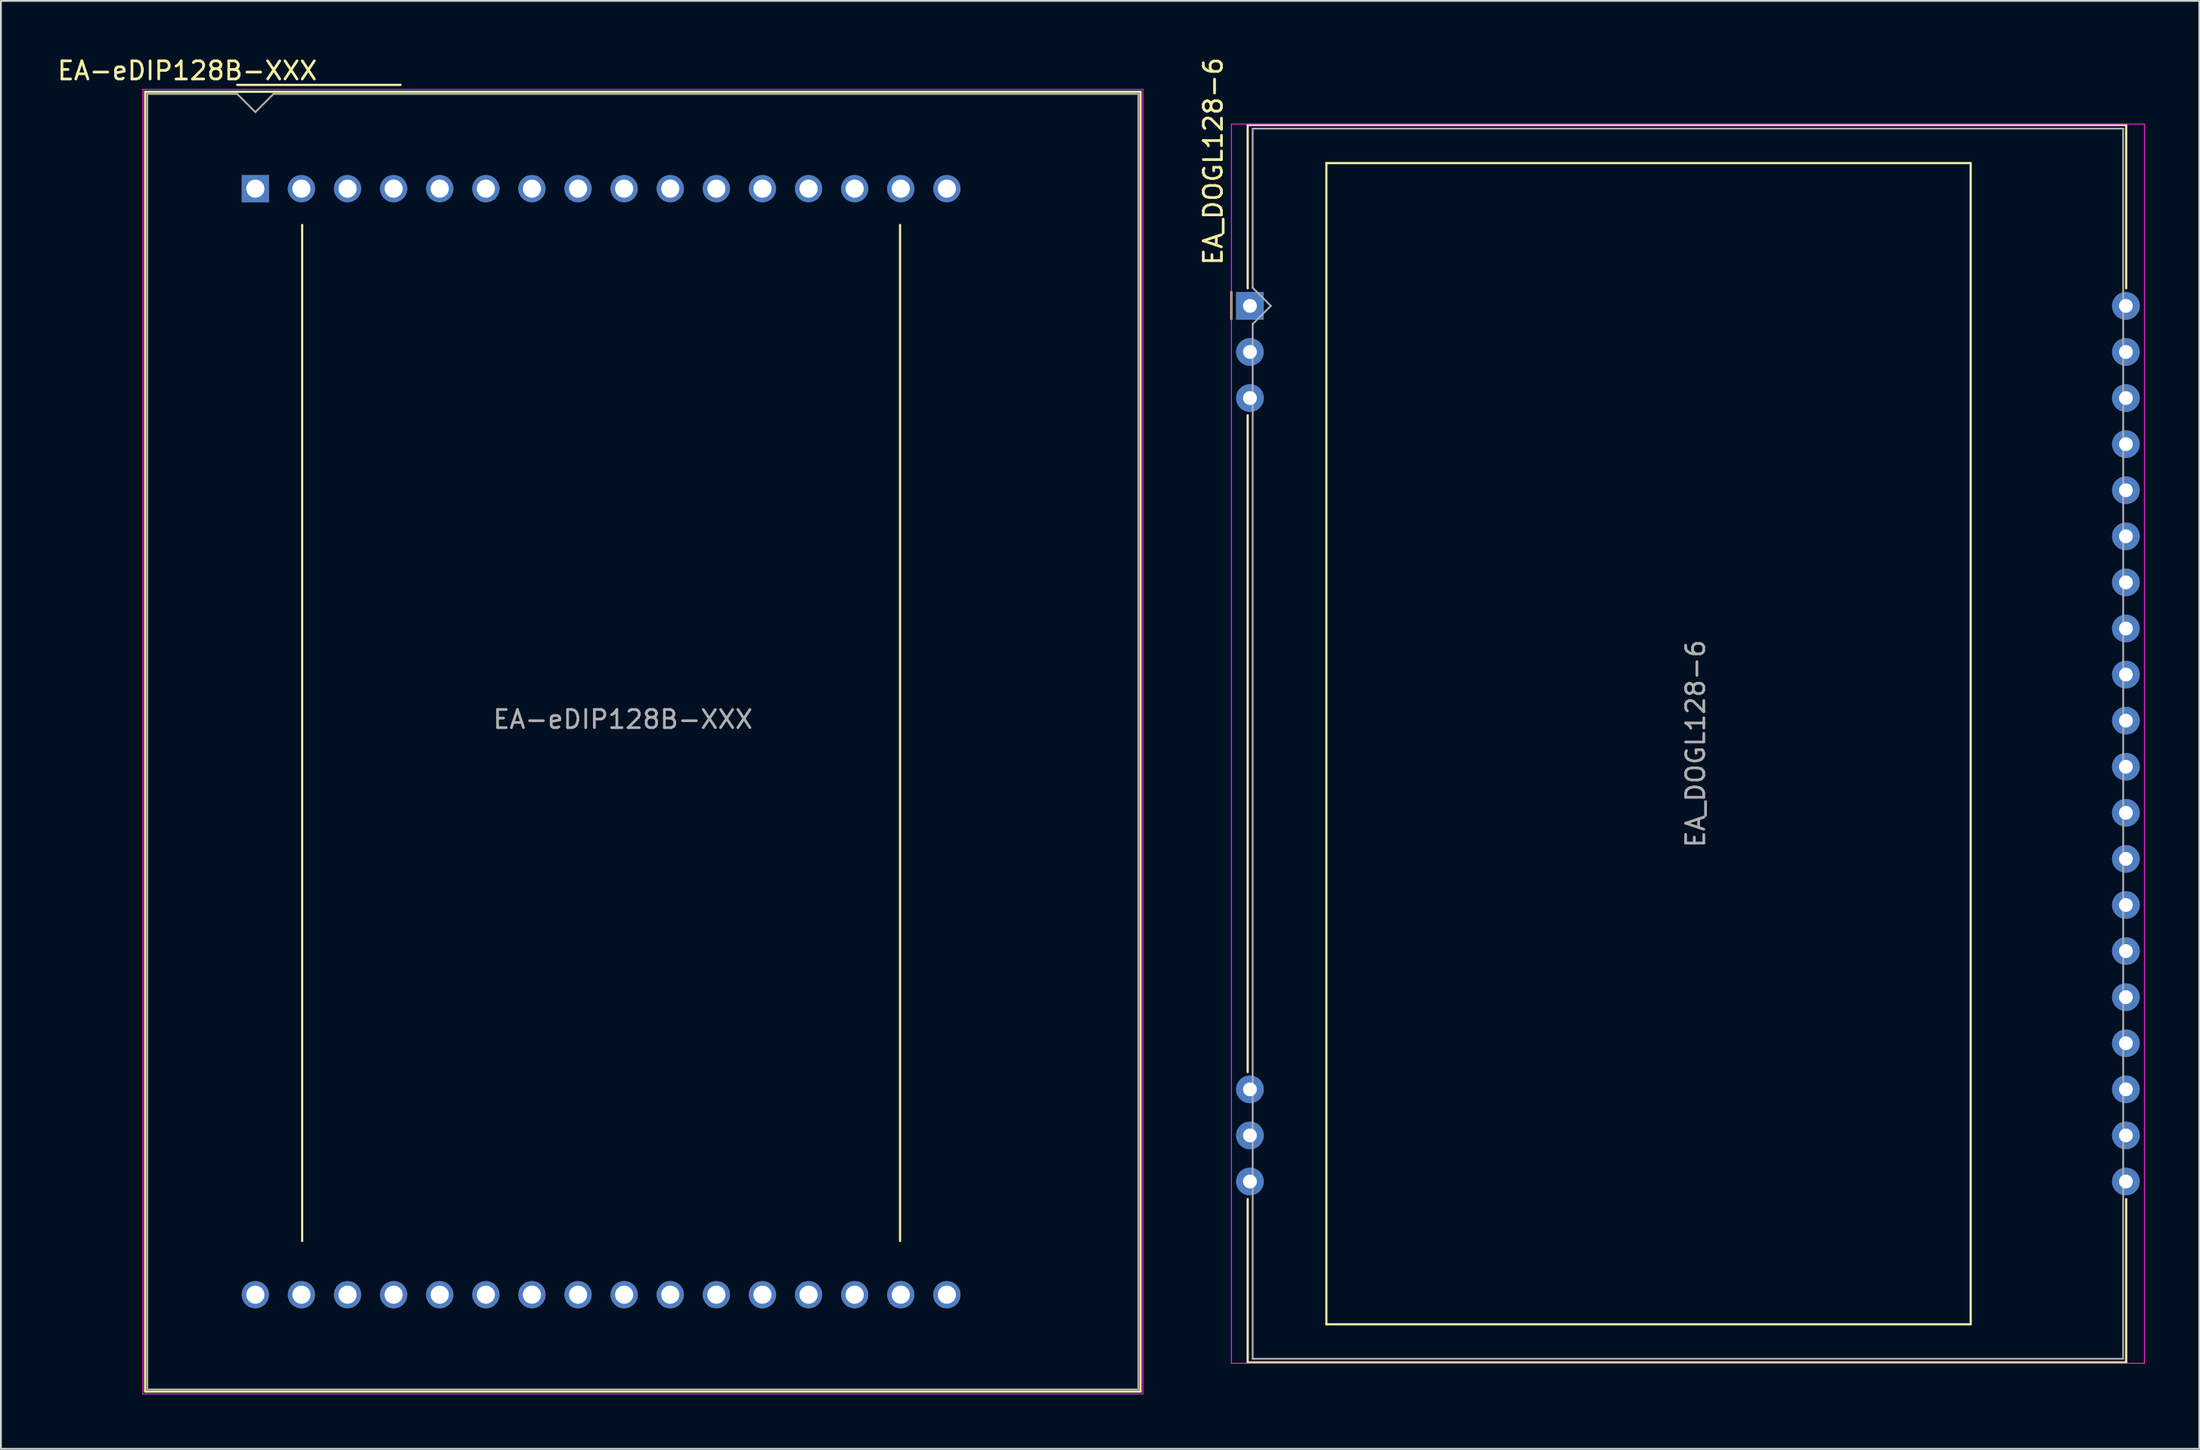
<source format=kicad_pcb>
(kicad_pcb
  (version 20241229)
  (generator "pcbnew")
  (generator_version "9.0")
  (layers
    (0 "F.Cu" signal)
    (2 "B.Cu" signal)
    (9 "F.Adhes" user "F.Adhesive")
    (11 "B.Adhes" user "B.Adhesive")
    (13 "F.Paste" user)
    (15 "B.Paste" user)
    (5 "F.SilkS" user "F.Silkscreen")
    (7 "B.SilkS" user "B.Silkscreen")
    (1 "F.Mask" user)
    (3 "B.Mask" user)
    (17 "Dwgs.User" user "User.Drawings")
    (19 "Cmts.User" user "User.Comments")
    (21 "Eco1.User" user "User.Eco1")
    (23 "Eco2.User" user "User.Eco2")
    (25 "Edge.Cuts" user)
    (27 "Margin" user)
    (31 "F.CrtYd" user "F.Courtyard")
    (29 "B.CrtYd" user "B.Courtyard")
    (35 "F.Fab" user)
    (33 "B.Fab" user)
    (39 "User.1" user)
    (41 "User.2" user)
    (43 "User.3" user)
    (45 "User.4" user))
  (footprint "EA-eDIP128B-XXX"
    (layer "F.Cu")
    (at 11.018 7.348)
    (property "Reference" "EA-eDIP128B-XXX" (at -3.75 -6.5 0) (layer "F.SilkS") (effects (font (size 1 1) (thickness 0.15))))
    (attr through_hole)
    (fp_line (start -6.07 -5.34) (end 48.77 -5.34) (stroke (width 0.12) (type solid)) (layer "F.SilkS"))
    (fp_line (start -6.07 66.3) (end -6.07 -5.34) (stroke (width 0.12) (type solid)) (layer "F.SilkS"))
    (fp_line (start -1 -5.72) (end 8 -5.72) (stroke (width 0.12) (type solid)) (layer "F.SilkS"))
    (fp_line (start 2.58 58) (end 2.58 2) (stroke (width 0.12) (type solid)) (layer "F.SilkS"))
    (fp_line (start 35.52 2) (end 35.52 58) (stroke (width 0.12) (type solid)) (layer "F.SilkS"))
    (fp_line (start 48.77 -5.34) (end 48.77 66.3) (stroke (width 0.12) (type solid)) (layer "F.SilkS"))
    (fp_line (start 48.77 66.3) (end -6.07 66.3) (stroke (width 0.12) (type solid)) (layer "F.SilkS"))
    (fp_line (start -6.2 -5.47) (end 48.9 -5.47) (stroke (width 0.05) (type solid)) (layer "F.CrtYd"))
    (fp_line (start -6.2 66.43) (end -6.2 -5.47) (stroke (width 0.05) (type solid)) (layer "F.CrtYd"))
    (fp_line (start 48.9 -5.47) (end 48.9 66.43) (stroke (width 0.05) (type solid)) (layer "F.CrtYd"))
    (fp_line (start 48.9 66.43) (end -6.2 66.43) (stroke (width 0.05) (type solid)) (layer "F.CrtYd"))
    (fp_line (start -5.95 -5.22) (end -1 -5.22) (stroke (width 0.1) (type solid)) (layer "F.Fab"))
    (fp_line (start -5.95 66.18) (end -5.95 -5.22) (stroke (width 0.1) (type solid)) (layer "F.Fab"))
    (fp_line (start -1 -5.22) (end 0 -4.22) (stroke (width 0.1) (type solid)) (layer "F.Fab"))
    (fp_line (start 0 -4.22) (end 1 -5.22) (stroke (width 0.1) (type solid)) (layer "F.Fab"))
    (fp_line (start 1 -5.22) (end 48.65 -5.22) (stroke (width 0.1) (type solid)) (layer "F.Fab"))
    (fp_line (start 48.65 -5.22) (end 48.65 66.18) (stroke (width 0.1) (type solid)) (layer "F.Fab"))
    (fp_line (start 48.65 66.18) (end -5.95 66.18) (stroke (width 0.1) (type solid)) (layer "F.Fab"))
    (fp_text user "${REFERENCE}" (at 20.25 29.25 0) (layer "F.Fab") (effects (font (size 1 1) (thickness 0.15))))
    (pad "1" thru_hole rect (at 0 0) (size 1.5 1.5) (drill 1) (layers "*.Cu" "*.Mask"))
    (pad "2" thru_hole circle (at 2.54 0) (size 1.5 1.5) (drill 1) (layers "*.Cu" "*.Mask"))
    (pad "3" thru_hole circle (at 5.08 0) (size 1.5 1.5) (drill 1) (layers "*.Cu" "*.Mask"))
    (pad "4" thru_hole circle (at 7.62 0) (size 1.5 1.5) (drill 1) (layers "*.Cu" "*.Mask"))
    (pad "5" thru_hole circle (at 10.16 0) (size 1.5 1.5) (drill 1) (layers "*.Cu" "*.Mask"))
    (pad "6" thru_hole circle (at 12.7 0) (size 1.5 1.5) (drill 1) (layers "*.Cu" "*.Mask"))
    (pad "7" thru_hole circle (at 15.24 0) (size 1.5 1.5) (drill 1) (layers "*.Cu" "*.Mask"))
    (pad "8" thru_hole circle (at 17.78 0) (size 1.5 1.5) (drill 1) (layers "*.Cu" "*.Mask"))
    (pad "9" thru_hole circle (at 20.32 0) (size 1.5 1.5) (drill 1) (layers "*.Cu" "*.Mask"))
    (pad "10" thru_hole circle (at 22.86 0) (size 1.5 1.5) (drill 1) (layers "*.Cu" "*.Mask"))
    (pad "11" thru_hole circle (at 25.4 0) (size 1.5 1.5) (drill 1) (layers "*.Cu" "*.Mask"))
    (pad "12" thru_hole circle (at 27.94 0) (size 1.5 1.5) (drill 1) (layers "*.Cu" "*.Mask"))
    (pad "13" thru_hole circle (at 30.48 0) (size 1.5 1.5) (drill 1) (layers "*.Cu" "*.Mask"))
    (pad "14" thru_hole circle (at 33.02 0) (size 1.5 1.5) (drill 1) (layers "*.Cu" "*.Mask"))
    (pad "15" thru_hole circle (at 35.56 0) (size 1.5 1.5) (drill 1) (layers "*.Cu" "*.Mask"))
    (pad "16" thru_hole circle (at 38.1 0) (size 1.5 1.5) (drill 1) (layers "*.Cu" "*.Mask"))
    (pad "17" thru_hole circle (at 38.1 60.96) (size 1.5 1.5) (drill 1) (layers "*.Cu" "*.Mask"))
    (pad "18" thru_hole circle (at 35.56 60.96) (size 1.5 1.5) (drill 1) (layers "*.Cu" "*.Mask"))
    (pad "19" thru_hole circle (at 33.02 60.96) (size 1.5 1.5) (drill 1) (layers "*.Cu" "*.Mask"))
    (pad "20" thru_hole circle (at 30.48 60.96) (size 1.5 1.5) (drill 1) (layers "*.Cu" "*.Mask"))
    (pad "21" thru_hole circle (at 27.94 60.96) (size 1.5 1.5) (drill 1) (layers "*.Cu" "*.Mask"))
    (pad "22" thru_hole circle (at 25.4 60.96) (size 1.5 1.5) (drill 1) (layers "*.Cu" "*.Mask"))
    (pad "23" thru_hole circle (at 22.86 60.96) (size 1.5 1.5) (drill 1) (layers "*.Cu" "*.Mask"))
    (pad "24" thru_hole circle (at 20.32 60.96) (size 1.5 1.5) (drill 1) (layers "*.Cu" "*.Mask"))
    (pad "25" thru_hole circle (at 17.78 60.96) (size 1.5 1.5) (drill 1) (layers "*.Cu" "*.Mask"))
    (pad "26" thru_hole circle (at 15.24 60.96) (size 1.5 1.5) (drill 1) (layers "*.Cu" "*.Mask"))
    (pad "27" thru_hole circle (at 12.7 60.96) (size 1.5 1.5) (drill 1) (layers "*.Cu" "*.Mask"))
    (pad "28" thru_hole circle (at 10.16 60.96) (size 1.5 1.5) (drill 1) (layers "*.Cu" "*.Mask"))
    (pad "29" thru_hole circle (at 7.62 60.96) (size 1.5 1.5) (drill 1) (layers "*.Cu" "*.Mask"))
    (pad "30" thru_hole circle (at 5.08 60.96) (size 1.5 1.5) (drill 1) (layers "*.Cu" "*.Mask"))
    (pad "31" thru_hole circle (at 2.54 60.96) (size 1.5 1.5) (drill 1) (layers "*.Cu" "*.Mask"))
    (pad "32" thru_hole circle (at 0 60.96) (size 1.5 1.5) (drill 1) (layers "*.Cu" "*.Mask")))
  (footprint "EA_DOGL128-6"
    (layer "F.Cu")
    (at 65.816 13.809)
    (property "Reference" "EA_DOGL128-6" (at -2.025 -7.97 270) (layer "F.SilkS") (effects (font (size 1 1) (thickness 0.15))))
    (attr through_hole)
    (fp_line (start -1.025 -0.77) (end -1.025 0.73) (stroke (width 0.12) (type solid)) (layer "F.SilkS"))
    (fp_line (start -0.125 -9.97) (end -0.125 -0.97) (stroke (width 0.12) (type solid)) (layer "F.SilkS"))
    (fp_line (start -0.125 -9.97) (end 48.275 -9.97) (stroke (width 0.12) (type solid)) (layer "F.SilkS"))
    (fp_line (start -0.125 42.23) (end -0.125 6.03) (stroke (width 0.12) (type solid)) (layer "F.SilkS"))
    (fp_line (start -0.125 58.23) (end -0.125 49.23) (stroke (width 0.12) (type solid)) (layer "F.SilkS"))
    (fp_line (start 4.21 -7.87) (end 4.21 56.13) (stroke (width 0.12) (type solid)) (layer "F.SilkS"))
    (fp_line (start 4.21 56.13) (end 39.71 56.13) (stroke (width 0.12) (type solid)) (layer "F.SilkS"))
    (fp_line (start 39.71 -7.87) (end 4.21 -7.87) (stroke (width 0.12) (type solid)) (layer "F.SilkS"))
    (fp_line (start 39.71 56.13) (end 39.71 -7.87) (stroke (width 0.12) (type solid)) (layer "F.SilkS"))
    (fp_line (start 48.275 -9.97) (end 48.275 -0.97) (stroke (width 0.12) (type solid)) (layer "F.SilkS"))
    (fp_line (start 48.275 49.23) (end 48.275 58.23) (stroke (width 0.12) (type solid)) (layer "F.SilkS"))
    (fp_line (start 48.275 58.23) (end -0.125 58.23) (stroke (width 0.12) (type solid)) (layer "F.SilkS"))
    (fp_line (start -1.02 -10.02) (end -1.02 58.28) (stroke (width 0.05) (type solid)) (layer "F.CrtYd"))
    (fp_line (start -1.02 -10.02) (end 49.28 -10.02) (stroke (width 0.05) (type solid)) (layer "F.CrtYd"))
    (fp_line (start -1.02 58.28) (end 49.28 58.28) (stroke (width 0.05) (type solid)) (layer "F.CrtYd"))
    (fp_line (start 49.28 -10.02) (end 49.28 58.28) (stroke (width 0.05) (type solid)) (layer "F.CrtYd"))
    (fp_line (start 0.15 -9.77) (end 0.15 -1) (stroke (width 0.1) (type solid)) (layer "F.Fab"))
    (fp_line (start 0.15 -1) (end 1.15 0) (stroke (width 0.1) (type solid)) (layer "F.Fab"))
    (fp_line (start 0.15 58.03) (end 0.15 1) (stroke (width 0.1) (type solid)) (layer "F.Fab"))
    (fp_line (start 0.15 58.03) (end 48.11 58.03) (stroke (width 0.1) (type solid)) (layer "F.Fab"))
    (fp_line (start 1.15 0) (end 0.15 1) (stroke (width 0.1) (type solid)) (layer "F.Fab"))
    (fp_line (start 48.11 -9.77) (end 0.15 -9.77) (stroke (width 0.1) (type solid)) (layer "F.Fab"))
    (fp_line (start 48.11 58.03) (end 48.11 -9.77) (stroke (width 0.1) (type solid)) (layer "F.Fab"))
    (fp_text user "${REFERENCE}" (at 24.55 24.13 270) (layer "F.Fab") (effects (font (size 1 1) (thickness 0.15))))
    (pad "1" thru_hole rect (at 0 0 270) (size 1.524 1.524) (drill 0.762) (layers "*.Cu" "*.Mask"))
    (pad "2" thru_hole circle (at 0 2.54 270) (size 1.524 1.524) (drill 0.762) (layers "*.Cu" "*.Mask"))
    (pad "3" thru_hole circle (at 0 5.08 270) (size 1.524 1.524) (drill 0.762) (layers "*.Cu" "*.Mask"))
    (pad "18" thru_hole circle (at 0 43.18 270) (size 1.524 1.524) (drill 0.762) (layers "*.Cu" "*.Mask"))
    (pad "19" thru_hole circle (at 0 45.72 270) (size 1.524 1.524) (drill 0.762) (layers "*.Cu" "*.Mask"))
    (pad "20" thru_hole circle (at 0 48.26 270) (size 1.524 1.524) (drill 0.762) (layers "*.Cu" "*.Mask"))
    (pad "21" thru_hole circle (at 48.26 48.26 270) (size 1.524 1.524) (drill 0.762) (layers "*.Cu" "*.Mask"))
    (pad "22" thru_hole circle (at 48.26 45.72 270) (size 1.524 1.524) (drill 0.762) (layers "*.Cu" "*.Mask"))
    (pad "23" thru_hole circle (at 48.26 43.18 270) (size 1.524 1.524) (drill 0.762) (layers "*.Cu" "*.Mask"))
    (pad "24" thru_hole circle (at 48.26 40.64 270) (size 1.524 1.524) (drill 0.762) (layers "*.Cu" "*.Mask"))
    (pad "25" thru_hole circle (at 48.26 38.1 270) (size 1.524 1.524) (drill 0.762) (layers "*.Cu" "*.Mask"))
    (pad "26" thru_hole circle (at 48.26 35.56 270) (size 1.524 1.524) (drill 0.762) (layers "*.Cu" "*.Mask"))
    (pad "27" thru_hole circle (at 48.26 33.02 270) (size 1.524 1.524) (drill 0.762) (layers "*.Cu" "*.Mask"))
    (pad "28" thru_hole circle (at 48.26 30.48 270) (size 1.524 1.524) (drill 0.762) (layers "*.Cu" "*.Mask"))
    (pad "29" thru_hole circle (at 48.26 27.94 270) (size 1.524 1.524) (drill 0.762) (layers "*.Cu" "*.Mask"))
    (pad "30" thru_hole circle (at 48.26 25.4 270) (size 1.524 1.524) (drill 0.762) (layers "*.Cu" "*.Mask"))
    (pad "31" thru_hole circle (at 48.26 22.86 270) (size 1.524 1.524) (drill 0.762) (layers "*.Cu" "*.Mask"))
    (pad "32" thru_hole circle (at 48.26 20.32 270) (size 1.524 1.524) (drill 0.762) (layers "*.Cu" "*.Mask"))
    (pad "33" thru_hole circle (at 48.26 17.78 270) (size 1.524 1.524) (drill 0.762) (layers "*.Cu" "*.Mask"))
    (pad "34" thru_hole circle (at 48.26 15.24 270) (size 1.524 1.524) (drill 0.762) (layers "*.Cu" "*.Mask"))
    (pad "35" thru_hole circle (at 48.26 12.7 270) (size 1.524 1.524) (drill 0.762) (layers "*.Cu" "*.Mask"))
    (pad "36" thru_hole circle (at 48.26 10.16 270) (size 1.524 1.524) (drill 0.762) (layers "*.Cu" "*.Mask"))
    (pad "37" thru_hole circle (at 48.26 7.62 270) (size 1.524 1.524) (drill 0.762) (layers "*.Cu" "*.Mask"))
    (pad "38" thru_hole circle (at 48.26 5.08 270) (size 1.524 1.524) (drill 0.762) (layers "*.Cu" "*.Mask"))
    (pad "39" thru_hole circle (at 48.26 2.54 270) (size 1.524 1.524) (drill 0.762) (layers "*.Cu" "*.Mask"))
    (pad "40" thru_hole circle (at 48.26 0 270) (size 1.524 1.524) (drill 0.762) (layers "*.Cu" "*.Mask")))
  (gr_rect
    (start -3 -3)
    (end 118.121 76.803)
    (stroke (width 0.1) (type default))
    (fill no)
    (layer "Edge.Cuts")))
</source>
